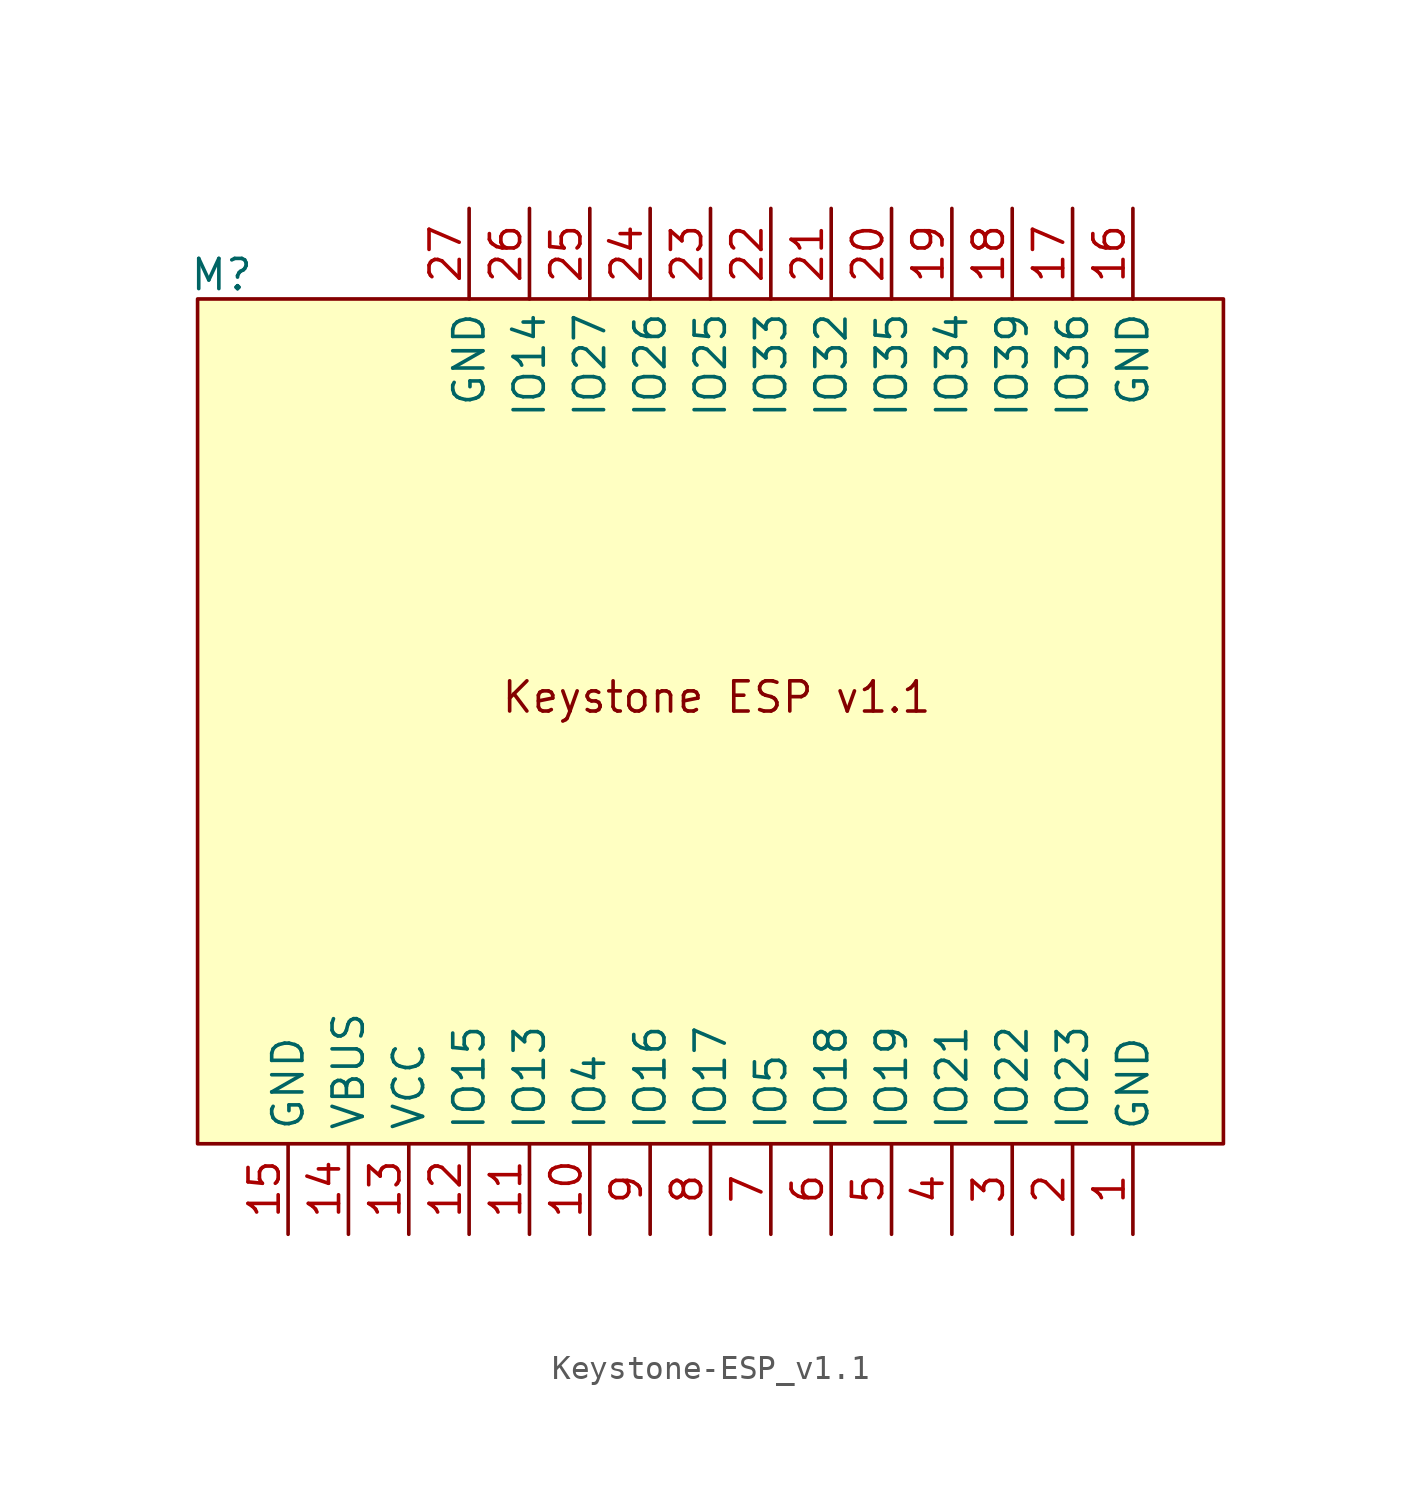
<source format=kicad_sym>
(kicad_symbol_lib
  (version 20231120)
  (generator "kicad_symbol_editor")
  (generator_version "8.0")
  (symbol "Keystone-ESP_v1.1"
    (property "Reference" "M"
      (at -21.844 18.796 0)
      (effects (font (size 1.27 1.27))))
    (property "Value" ""
      (at -16.51 0 0)
      (effects (font (size 1.27 1.27))))
    (symbol "Keystone-ESP_v1.1_1_1"
      (rectangle (start -22.86 17.78) (end 20.32 -17.78) (stroke (width 0) (type default)) (fill (type background)))
      (text "Keystone ESP v1.1" (at -1.016 1.016 0) (effects (font (size 1.27 1.27))))
      (pin passive line (at 16.51 -21.59 90) (length 3.81) (name "GND" (effects (font (size 1.27 1.27)))) (number "1" (effects (font (size 1.27 1.27)))))
      (pin passive line (at -6.35 -21.59 90) (length 3.81) (name "IO4" (effects (font (size 1.27 1.27)))) (number "10" (effects (font (size 1.27 1.27)))))
      (pin passive line (at -8.89 -21.59 90) (length 3.81) (name "IO13" (effects (font (size 1.27 1.27)))) (number "11" (effects (font (size 1.27 1.27)))))
      (pin passive line (at -11.43 -21.59 90) (length 3.81) (name "IO15" (effects (font (size 1.27 1.27)))) (number "12" (effects (font (size 1.27 1.27)))))
      (pin passive line (at -13.97 -21.59 90) (length 3.81) (name "VCC" (effects (font (size 1.27 1.27)))) (number "13" (effects (font (size 1.27 1.27)))))
      (pin passive line (at -16.51 -21.59 90) (length 3.81) (name "VBUS" (effects (font (size 1.27 1.27)))) (number "14" (effects (font (size 1.27 1.27)))))
      (pin passive line (at -19.05 -21.59 90) (length 3.81) (name "GND" (effects (font (size 1.27 1.27)))) (number "15" (effects (font (size 1.27 1.27)))))
      (pin passive line (at 16.51 21.59 270) (length 3.81) (name "GND" (effects (font (size 1.27 1.27)))) (number "16" (effects (font (size 1.27 1.27)))))
      (pin passive line (at 13.97 21.59 270) (length 3.81) (name "IO36" (effects (font (size 1.27 1.27)))) (number "17" (effects (font (size 1.27 1.27)))))
      (pin passive line (at 11.43 21.59 270) (length 3.81) (name "IO39" (effects (font (size 1.27 1.27)))) (number "18" (effects (font (size 1.27 1.27)))))
      (pin passive line (at 8.89 21.59 270) (length 3.81) (name "IO34" (effects (font (size 1.27 1.27)))) (number "19" (effects (font (size 1.27 1.27)))))
      (pin passive line (at 13.97 -21.59 90) (length 3.81) (name "IO23" (effects (font (size 1.27 1.27)))) (number "2" (effects (font (size 1.27 1.27)))))
      (pin passive line (at 6.35 21.59 270) (length 3.81) (name "IO35" (effects (font (size 1.27 1.27)))) (number "20" (effects (font (size 1.27 1.27)))))
      (pin passive line (at 3.81 21.59 270) (length 3.81) (name "IO32" (effects (font (size 1.27 1.27)))) (number "21" (effects (font (size 1.27 1.27)))))
      (pin passive line (at 1.27 21.59 270) (length 3.81) (name "IO33" (effects (font (size 1.27 1.27)))) (number "22" (effects (font (size 1.27 1.27)))))
      (pin passive line (at -1.27 21.59 270) (length 3.81) (name "IO25" (effects (font (size 1.27 1.27)))) (number "23" (effects (font (size 1.27 1.27)))))
      (pin passive line (at -3.81 21.59 270) (length 3.81) (name "IO26" (effects (font (size 1.27 1.27)))) (number "24" (effects (font (size 1.27 1.27)))))
      (pin passive line (at -6.35 21.59 270) (length 3.81) (name "IO27" (effects (font (size 1.27 1.27)))) (number "25" (effects (font (size 1.27 1.27)))))
      (pin passive line (at -8.89 21.59 270) (length 3.81) (name "IO14" (effects (font (size 1.27 1.27)))) (number "26" (effects (font (size 1.27 1.27)))))
      (pin passive line (at -11.43 21.59 270) (length 3.81) (name "GND" (effects (font (size 1.27 1.27)))) (number "27" (effects (font (size 1.27 1.27)))))
      (pin passive line (at 11.43 -21.59 90) (length 3.81) (name "IO22" (effects (font (size 1.27 1.27)))) (number "3" (effects (font (size 1.27 1.27)))))
      (pin passive line (at 8.89 -21.59 90) (length 3.81) (name "IO21" (effects (font (size 1.27 1.27)))) (number "4" (effects (font (size 1.27 1.27)))))
      (pin passive line (at 6.35 -21.59 90) (length 3.81) (name "IO19" (effects (font (size 1.27 1.27)))) (number "5" (effects (font (size 1.27 1.27)))))
      (pin passive line (at 3.81 -21.59 90) (length 3.81) (name "IO18" (effects (font (size 1.27 1.27)))) (number "6" (effects (font (size 1.27 1.27)))))
      (pin passive line (at 1.27 -21.59 90) (length 3.81) (name "IO5" (effects (font (size 1.27 1.27)))) (number "7" (effects (font (size 1.27 1.27)))))
      (pin passive line (at -1.27 -21.59 90) (length 3.81) (name "IO17" (effects (font (size 1.27 1.27)))) (number "8" (effects (font (size 1.27 1.27)))))
      (pin passive line (at -3.81 -21.59 90) (length 3.81) (name "IO16" (effects (font (size 1.27 1.27)))) (number "9" (effects (font (size 1.27 1.27))))))))
</source>
